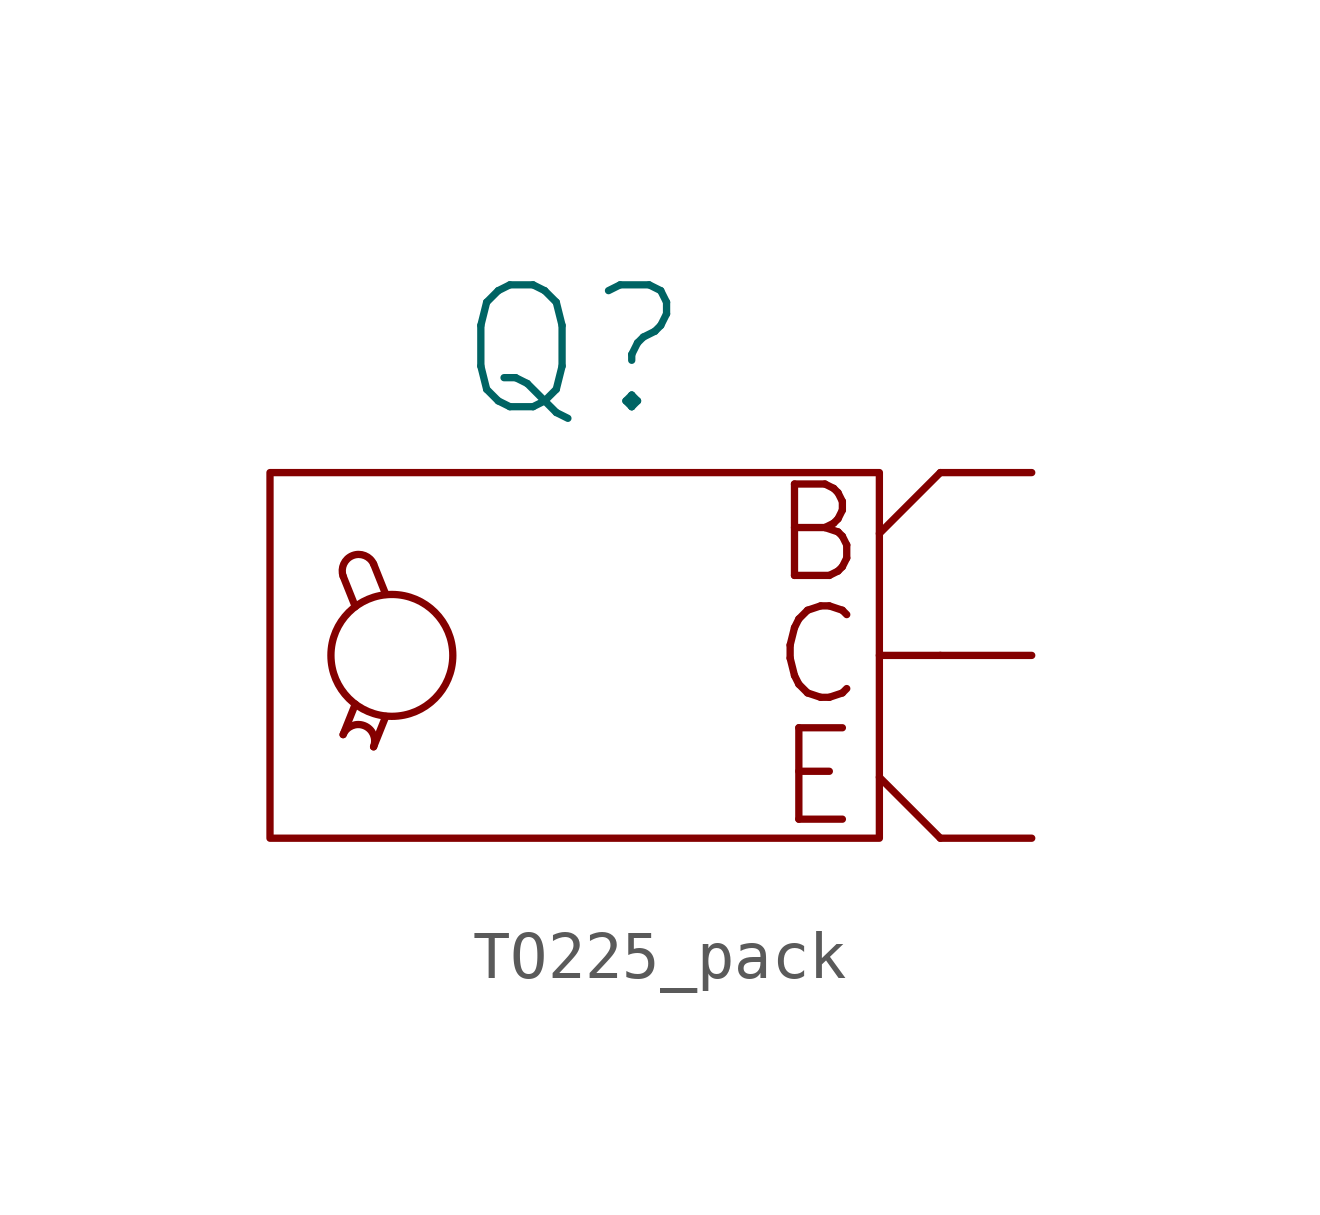
<source format=kicad_sym>
(kicad_symbol_lib
  (version 20220914)
  (generator kicad_symbol_editor)
  (symbol "TO225_pack"
    (pin_names
      (offset 1.016))
    (property "Reference" "Q"
      (at -12.065 6.35 0)
      (effects (font (size 2.54 2.54)) (justify left)))
    (symbol "TO225_pack_0_0"
      (rectangle (start -15.875 -3.81) (end -3.175 3.81) (stroke (width 0) (type default)) (fill (type none)))
      (arc (start -13.716 -1.905) (mid -13.9091 -1.4672) (end -14.351 -1.651) (stroke (width 0) (type default)) (fill (type none)))
      (arc (start -13.716 1.905) (mid -14.1436 2.0845) (end -14.351 1.651) (stroke (width 0) (type default)) (fill (type none)))
      (circle (center -13.335 0) (radius 1.27) (stroke (width 0) (type default)) (fill (type none)))
      (polyline (pts (xy -14.097 -1.016) (xy -14.351 -1.651)) (stroke (width 0) (type default)) (fill (type none)))
      (polyline (pts (xy -14.097 1.016) (xy -14.351 1.651)) (stroke (width 0) (type default)) (fill (type none)))
      (polyline (pts (xy -13.462 -1.27) (xy -13.716 -1.905)) (stroke (width 0) (type default)) (fill (type none)))
      (polyline (pts (xy -13.462 1.27) (xy -13.716 1.905)) (stroke (width 0) (type default)) (fill (type none)))
      (polyline (pts (xy -1.905 -3.81) (xy -3.175 -2.54)) (stroke (width 0) (type default)) (fill (type none)))
      (polyline (pts (xy -1.905 0) (xy -3.175 0)) (stroke (width 0) (type default)) (fill (type none)))
      (polyline (pts (xy -1.905 3.81) (xy -3.175 2.54)) (stroke (width 0) (type default)) (fill (type none)))
      (text "B" (at -4.445 2.54 0) (effects (font (size 1.905 1.905))))
      (text "C" (at -4.445 0 0) (effects (font (size 1.905 1.905))))
      (text "E" (at -4.445 -2.54 0) (effects (font (size 1.905 1.905)))))
    (symbol "TO225_pack_1_1"
      (pin input line (at 0 -3.81 180) (length 1.905) (name "" (effects (font (size 1.27 1.27)))) (number "" (effects (font (size 1.143 1.143)))))
      (pin input line (at 0 0 180) (length 1.905) (name "" (effects (font (size 1.27 1.27)))) (number "" (effects (font (size 1.143 1.143)))))
      (pin input line (at 0 3.81 180) (length 1.905) (name "" (effects (font (size 1.27 1.27)))) (number "" (effects (font (size 1.143 1.143))))))))
</source>
